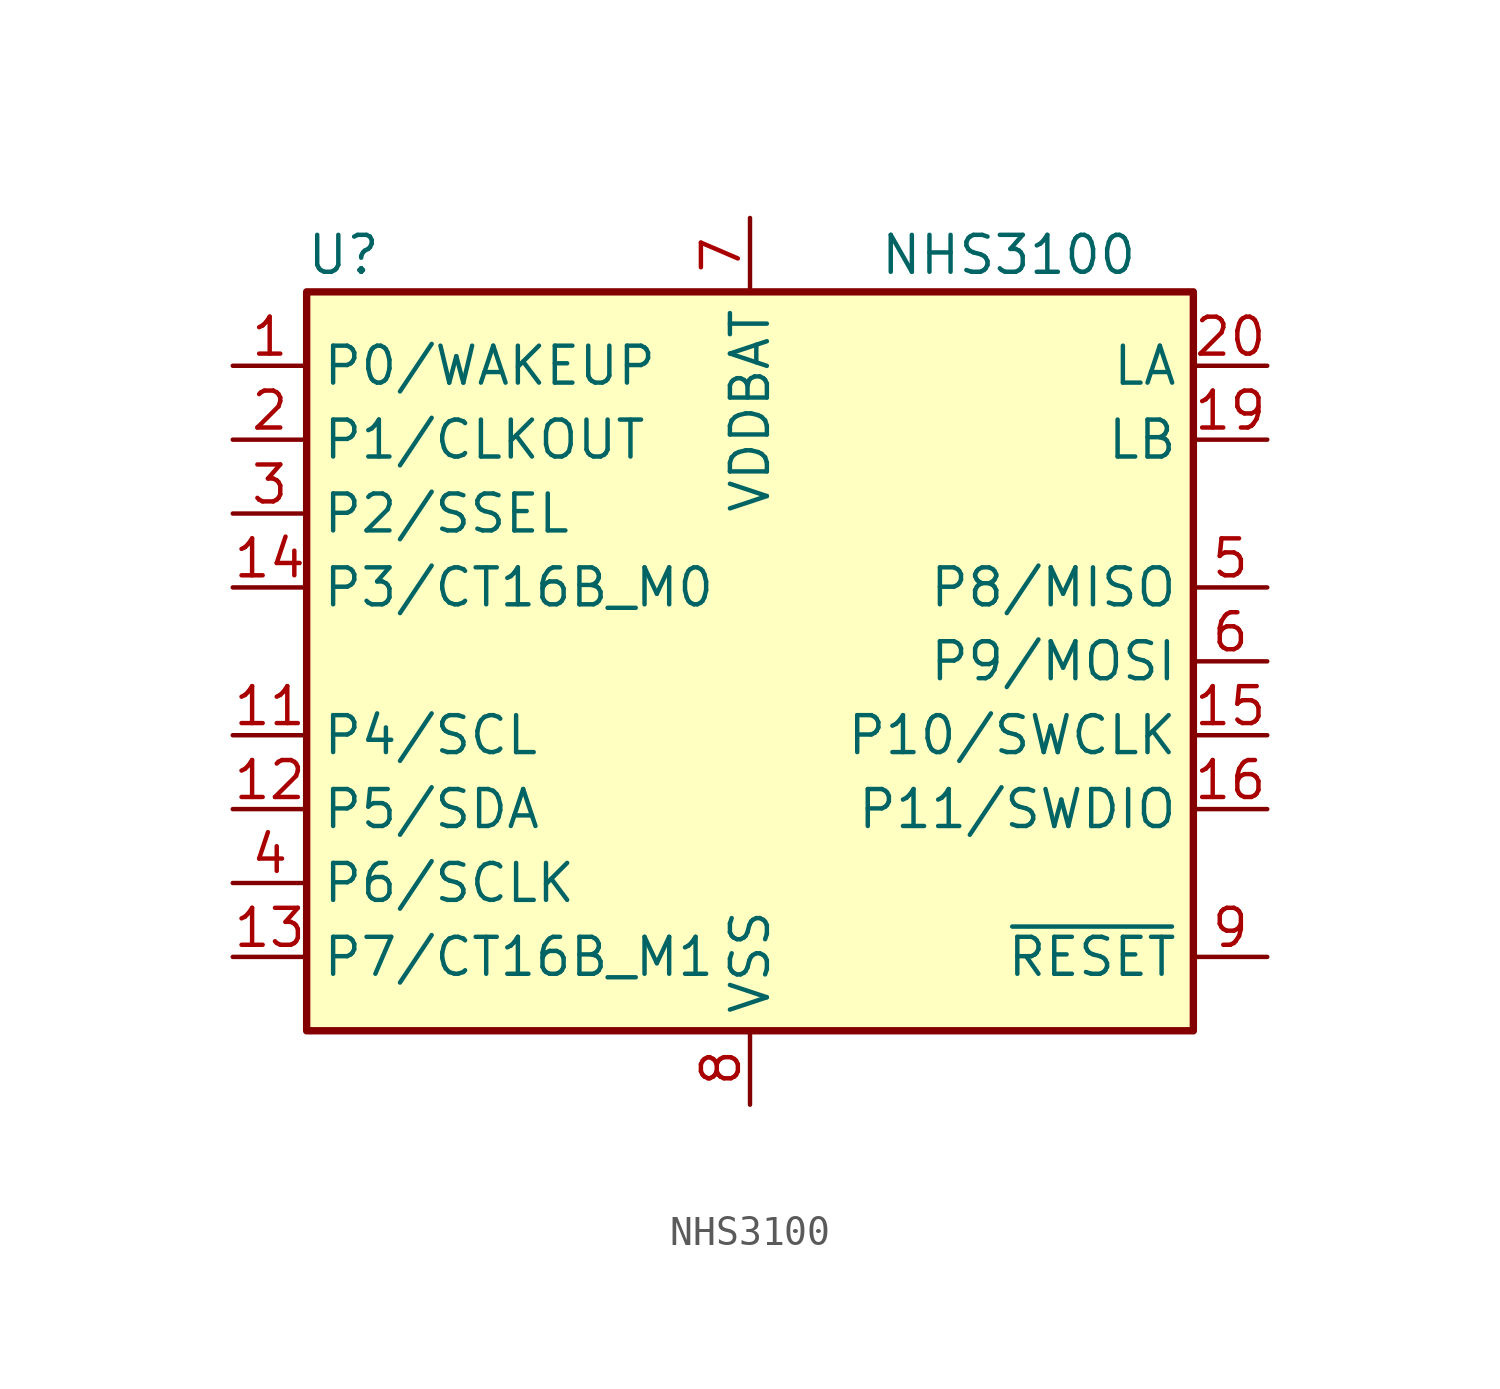
<source format=kicad_sym>
(kicad_symbol_lib
  (version 20201005)
  (generator kicad_symbol_editor)
  (symbol "MCU_NXP_NTAG:NHS3100"
    (property "Reference" "U"
      (at -13.97 13.97 0)
      (effects (font (size 1.27 1.27))))
    (property "Value" "NHS3100"
      (at 8.89 13.97 0)
      (effects (font (size 1.27 1.27))))
    (symbol "NHS3100_0_1"
      (rectangle (start 15.24 -12.7) (end -15.24 12.7) (stroke (width 0.254)) (fill (type background))))
    (symbol "NHS3100_1_1"
      (pin bidirectional line (at -17.78 10.16 0) (length 2.54) (name "P0/WAKEUP" (effects (font (size 1.27 1.27)))) (number "1" (effects (font (size 1.27 1.27)))))
      (pin no_connect line (at -15.24 0 0) (length 2.54) hide (name "reserved" (effects (font (size 1.27 1.27)))) (number "10" (effects (font (size 1.27 1.27)))))
      (pin bidirectional line (at -17.78 -2.54 0) (length 2.54) (name "P4/SCL" (effects (font (size 1.27 1.27)))) (number "11" (effects (font (size 1.27 1.27)))))
      (pin bidirectional line (at -17.78 -5.08 0) (length 2.54) (name "P5/SDA" (effects (font (size 1.27 1.27)))) (number "12" (effects (font (size 1.27 1.27)))))
      (pin bidirectional line (at -17.78 -10.16 0) (length 2.54) (name "P7/CT16B_M1" (effects (font (size 1.27 1.27)))) (number "13" (effects (font (size 1.27 1.27)))))
      (pin bidirectional line (at -17.78 2.54 0) (length 2.54) (name "P3/CT16B_M0" (effects (font (size 1.27 1.27)))) (number "14" (effects (font (size 1.27 1.27)))))
      (pin bidirectional line (at 17.78 -2.54 180) (length 2.54) (name "P10/SWCLK" (effects (font (size 1.27 1.27)))) (number "15" (effects (font (size 1.27 1.27)))))
      (pin bidirectional line (at 17.78 -5.08 180) (length 2.54) (name "P11/SWDIO" (effects (font (size 1.27 1.27)))) (number "16" (effects (font (size 1.27 1.27)))))
      (pin passive line (at 0 -15.24 90) (length 2.54) hide (name "VSS" (effects (font (size 1.27 1.27)))) (number "17" (effects (font (size 1.27 1.27)))))
      (pin passive line (at 0 -15.24 90) (length 2.54) hide (name "VSS" (effects (font (size 1.27 1.27)))) (number "18" (effects (font (size 1.27 1.27)))))
      (pin passive line (at 17.78 7.62 180) (length 2.54) (name "LB" (effects (font (size 1.27 1.27)))) (number "19" (effects (font (size 1.27 1.27)))))
      (pin bidirectional line (at -17.78 7.62 0) (length 2.54) (name "P1/CLKOUT" (effects (font (size 1.27 1.27)))) (number "2" (effects (font (size 1.27 1.27)))))
      (pin passive line (at 17.78 10.16 180) (length 2.54) (name "LA" (effects (font (size 1.27 1.27)))) (number "20" (effects (font (size 1.27 1.27)))))
      (pin passive line (at 0 -15.24 90) (length 2.54) hide (name "VSS" (effects (font (size 1.27 1.27)))) (number "21" (effects (font (size 1.27 1.27)))))
      (pin passive line (at 0 -15.24 90) (length 2.54) hide (name "VSS" (effects (font (size 1.27 1.27)))) (number "22" (effects (font (size 1.27 1.27)))))
      (pin passive line (at 0 -15.24 90) (length 2.54) hide (name "VSS" (effects (font (size 1.27 1.27)))) (number "23" (effects (font (size 1.27 1.27)))))
      (pin passive line (at 0 -15.24 90) (length 2.54) hide (name "VSS" (effects (font (size 1.27 1.27)))) (number "24" (effects (font (size 1.27 1.27)))))
      (pin passive line (at 0 -15.24 90) (length 2.54) hide (name "VSS" (effects (font (size 1.27 1.27)))) (number "25" (effects (font (size 1.27 1.27)))))
      (pin bidirectional line (at -17.78 5.08 0) (length 2.54) (name "P2/SSEL" (effects (font (size 1.27 1.27)))) (number "3" (effects (font (size 1.27 1.27)))))
      (pin bidirectional line (at -17.78 -7.62 0) (length 2.54) (name "P6/SCLK" (effects (font (size 1.27 1.27)))) (number "4" (effects (font (size 1.27 1.27)))))
      (pin bidirectional line (at 17.78 2.54 180) (length 2.54) (name "P8/MISO" (effects (font (size 1.27 1.27)))) (number "5" (effects (font (size 1.27 1.27)))))
      (pin bidirectional line (at 17.78 0 180) (length 2.54) (name "P9/MOSI" (effects (font (size 1.27 1.27)))) (number "6" (effects (font (size 1.27 1.27)))))
      (pin power_in line (at 0 15.24 270) (length 2.54) (name "VDDBAT" (effects (font (size 1.27 1.27)))) (number "7" (effects (font (size 1.27 1.27)))))
      (pin power_in line (at 0 -15.24 90) (length 2.54) (name "VSS" (effects (font (size 1.27 1.27)))) (number "8" (effects (font (size 1.27 1.27)))))
      (pin input line (at 17.78 -10.16 180) (length 2.54) (name "~RESET" (effects (font (size 1.27 1.27)))) (number "9" (effects (font (size 1.27 1.27))))))))
</source>
